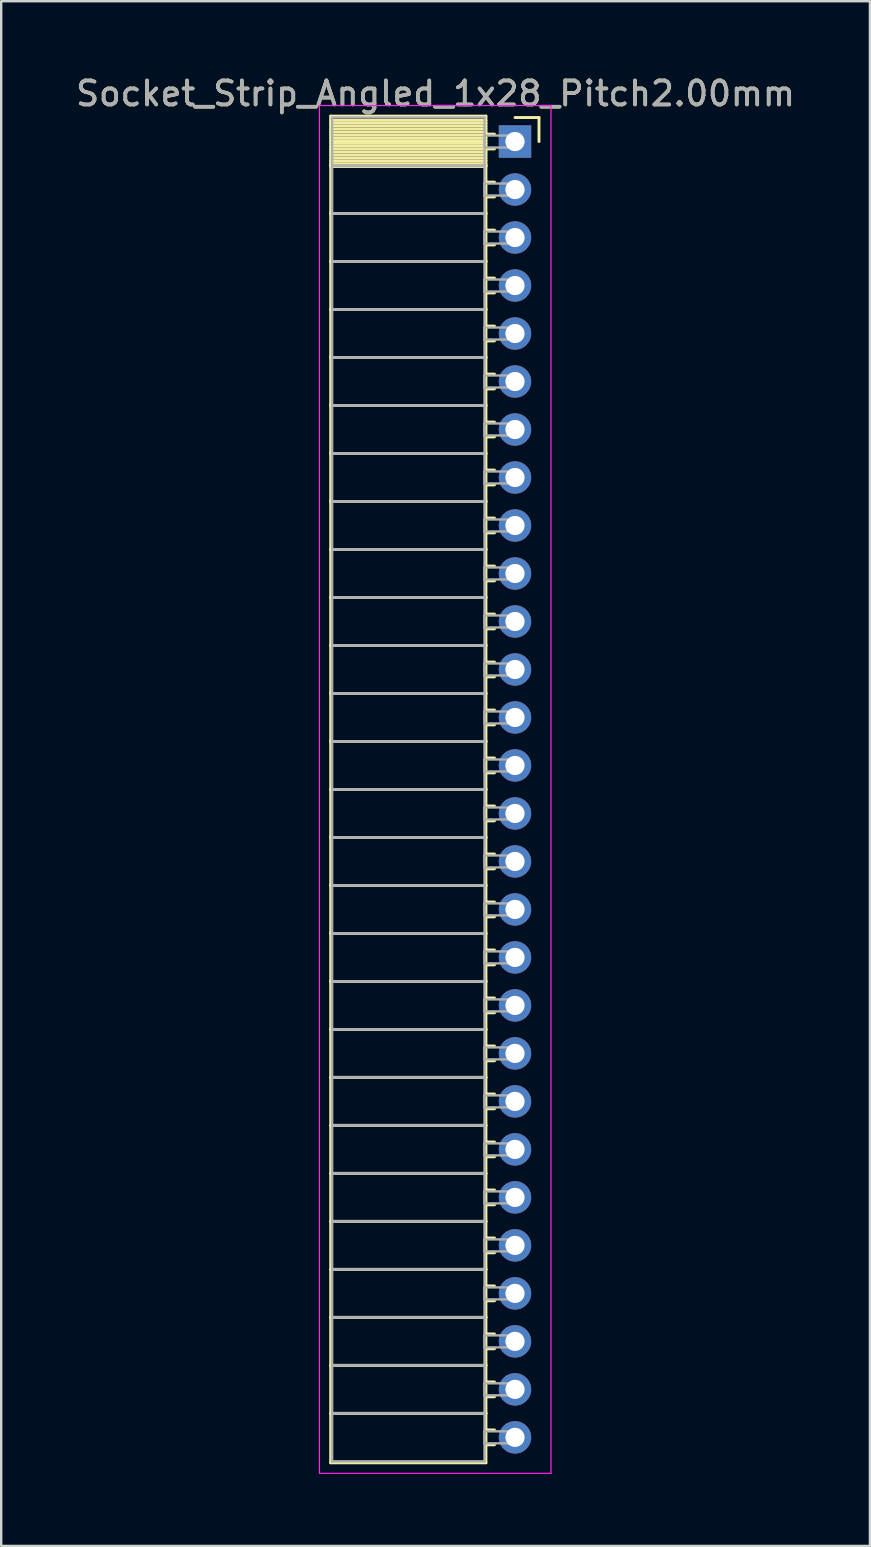
<source format=kicad_pcb>
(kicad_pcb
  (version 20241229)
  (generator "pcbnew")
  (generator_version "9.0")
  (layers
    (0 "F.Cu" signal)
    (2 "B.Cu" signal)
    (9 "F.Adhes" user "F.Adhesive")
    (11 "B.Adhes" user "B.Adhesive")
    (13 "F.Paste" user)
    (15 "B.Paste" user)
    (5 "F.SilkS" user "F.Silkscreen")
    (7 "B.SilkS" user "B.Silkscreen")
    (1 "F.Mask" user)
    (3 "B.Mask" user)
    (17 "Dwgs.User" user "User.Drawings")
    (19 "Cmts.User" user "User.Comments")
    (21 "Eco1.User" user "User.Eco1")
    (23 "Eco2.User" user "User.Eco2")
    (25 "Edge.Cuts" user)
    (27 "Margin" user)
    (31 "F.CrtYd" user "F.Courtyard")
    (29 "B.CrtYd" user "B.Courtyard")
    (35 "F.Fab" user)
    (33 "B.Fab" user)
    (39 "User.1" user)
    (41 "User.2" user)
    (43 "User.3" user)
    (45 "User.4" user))
  (footprint "Socket_Strip_Angled_1x28_Pitch2.00mm"
    (layer "F.Cu")
    (at 18.411 2.848)
    (property "Reference" "Socket_Strip_Angled_1x28_Pitch2.00mm" (at -3.31 -2 0) (layer "F.SilkS") (effects (font (size 1 1) (thickness 0.15))))
    (attr through_hole)
    (fp_line (start -7.68 -1.06) (end -1.21 -1.06) (stroke (width 0.12) (type solid)) (layer "F.SilkS"))
    (fp_line (start -7.68 1) (end -7.68 -1.06) (stroke (width 0.12) (type solid)) (layer "F.SilkS"))
    (fp_line (start -7.68 1) (end -1.21 1) (stroke (width 0.12) (type solid)) (layer "F.SilkS"))
    (fp_line (start -7.68 3) (end -7.68 1) (stroke (width 0.12) (type solid)) (layer "F.SilkS"))
    (fp_line (start -7.68 3) (end -1.21 3) (stroke (width 0.12) (type solid)) (layer "F.SilkS"))
    (fp_line (start -7.68 5) (end -7.68 3) (stroke (width 0.12) (type solid)) (layer "F.SilkS"))
    (fp_line (start -7.68 5) (end -1.21 5) (stroke (width 0.12) (type solid)) (layer "F.SilkS"))
    (fp_line (start -7.68 7) (end -7.68 5) (stroke (width 0.12) (type solid)) (layer "F.SilkS"))
    (fp_line (start -7.68 7) (end -1.21 7) (stroke (width 0.12) (type solid)) (layer "F.SilkS"))
    (fp_line (start -7.68 9) (end -7.68 7) (stroke (width 0.12) (type solid)) (layer "F.SilkS"))
    (fp_line (start -7.68 9) (end -1.21 9) (stroke (width 0.12) (type solid)) (layer "F.SilkS"))
    (fp_line (start -7.68 11) (end -7.68 9) (stroke (width 0.12) (type solid)) (layer "F.SilkS"))
    (fp_line (start -7.68 11) (end -1.21 11) (stroke (width 0.12) (type solid)) (layer "F.SilkS"))
    (fp_line (start -7.68 13) (end -7.68 11) (stroke (width 0.12) (type solid)) (layer "F.SilkS"))
    (fp_line (start -7.68 13) (end -1.21 13) (stroke (width 0.12) (type solid)) (layer "F.SilkS"))
    (fp_line (start -7.68 15) (end -7.68 13) (stroke (width 0.12) (type solid)) (layer "F.SilkS"))
    (fp_line (start -7.68 15) (end -1.21 15) (stroke (width 0.12) (type solid)) (layer "F.SilkS"))
    (fp_line (start -7.68 17) (end -7.68 15) (stroke (width 0.12) (type solid)) (layer "F.SilkS"))
    (fp_line (start -7.68 17) (end -1.21 17) (stroke (width 0.12) (type solid)) (layer "F.SilkS"))
    (fp_line (start -7.68 19) (end -7.68 17) (stroke (width 0.12) (type solid)) (layer "F.SilkS"))
    (fp_line (start -7.68 19) (end -1.21 19) (stroke (width 0.12) (type solid)) (layer "F.SilkS"))
    (fp_line (start -7.68 21) (end -7.68 19) (stroke (width 0.12) (type solid)) (layer "F.SilkS"))
    (fp_line (start -7.68 21) (end -1.21 21) (stroke (width 0.12) (type solid)) (layer "F.SilkS"))
    (fp_line (start -7.68 23) (end -7.68 21) (stroke (width 0.12) (type solid)) (layer "F.SilkS"))
    (fp_line (start -7.68 23) (end -1.21 23) (stroke (width 0.12) (type solid)) (layer "F.SilkS"))
    (fp_line (start -7.68 25) (end -7.68 23) (stroke (width 0.12) (type solid)) (layer "F.SilkS"))
    (fp_line (start -7.68 25) (end -1.21 25) (stroke (width 0.12) (type solid)) (layer "F.SilkS"))
    (fp_line (start -7.68 27) (end -7.68 25) (stroke (width 0.12) (type solid)) (layer "F.SilkS"))
    (fp_line (start -7.68 27) (end -1.21 27) (stroke (width 0.12) (type solid)) (layer "F.SilkS"))
    (fp_line (start -7.68 29) (end -7.68 27) (stroke (width 0.12) (type solid)) (layer "F.SilkS"))
    (fp_line (start -7.68 29) (end -1.21 29) (stroke (width 0.12) (type solid)) (layer "F.SilkS"))
    (fp_line (start -7.68 31) (end -7.68 29) (stroke (width 0.12) (type solid)) (layer "F.SilkS"))
    (fp_line (start -7.68 31) (end -1.21 31) (stroke (width 0.12) (type solid)) (layer "F.SilkS"))
    (fp_line (start -7.68 33) (end -7.68 31) (stroke (width 0.12) (type solid)) (layer "F.SilkS"))
    (fp_line (start -7.68 33) (end -1.21 33) (stroke (width 0.12) (type solid)) (layer "F.SilkS"))
    (fp_line (start -7.68 35) (end -7.68 33) (stroke (width 0.12) (type solid)) (layer "F.SilkS"))
    (fp_line (start -7.68 35) (end -1.21 35) (stroke (width 0.12) (type solid)) (layer "F.SilkS"))
    (fp_line (start -7.68 37) (end -7.68 35) (stroke (width 0.12) (type solid)) (layer "F.SilkS"))
    (fp_line (start -7.68 37) (end -1.21 37) (stroke (width 0.12) (type solid)) (layer "F.SilkS"))
    (fp_line (start -7.68 39) (end -7.68 37) (stroke (width 0.12) (type solid)) (layer "F.SilkS"))
    (fp_line (start -7.68 39) (end -1.21 39) (stroke (width 0.12) (type solid)) (layer "F.SilkS"))
    (fp_line (start -7.68 41) (end -7.68 39) (stroke (width 0.12) (type solid)) (layer "F.SilkS"))
    (fp_line (start -7.68 41) (end -1.21 41) (stroke (width 0.12) (type solid)) (layer "F.SilkS"))
    (fp_line (start -7.68 43) (end -7.68 41) (stroke (width 0.12) (type solid)) (layer "F.SilkS"))
    (fp_line (start -7.68 43) (end -1.21 43) (stroke (width 0.12) (type solid)) (layer "F.SilkS"))
    (fp_line (start -7.68 45) (end -7.68 43) (stroke (width 0.12) (type solid)) (layer "F.SilkS"))
    (fp_line (start -7.68 45) (end -1.21 45) (stroke (width 0.12) (type solid)) (layer "F.SilkS"))
    (fp_line (start -7.68 47) (end -7.68 45) (stroke (width 0.12) (type solid)) (layer "F.SilkS"))
    (fp_line (start -7.68 47) (end -1.21 47) (stroke (width 0.12) (type solid)) (layer "F.SilkS"))
    (fp_line (start -7.68 49) (end -7.68 47) (stroke (width 0.12) (type solid)) (layer "F.SilkS"))
    (fp_line (start -7.68 49) (end -1.21 49) (stroke (width 0.12) (type solid)) (layer "F.SilkS"))
    (fp_line (start -7.68 51) (end -7.68 49) (stroke (width 0.12) (type solid)) (layer "F.SilkS"))
    (fp_line (start -7.68 51) (end -1.21 51) (stroke (width 0.12) (type solid)) (layer "F.SilkS"))
    (fp_line (start -7.68 53) (end -7.68 51) (stroke (width 0.12) (type solid)) (layer "F.SilkS"))
    (fp_line (start -7.68 53) (end -1.21 53) (stroke (width 0.12) (type solid)) (layer "F.SilkS"))
    (fp_line (start -7.68 55.06) (end -7.68 53) (stroke (width 0.12) (type solid)) (layer "F.SilkS"))
    (fp_line (start -1.21 -1.06) (end -1.21 1) (stroke (width 0.12) (type solid)) (layer "F.SilkS"))
    (fp_line (start -1.21 -0.88) (end -7.68 -0.88) (stroke (width 0.12) (type solid)) (layer "F.SilkS"))
    (fp_line (start -1.21 -0.76) (end -7.68 -0.76) (stroke (width 0.12) (type solid)) (layer "F.SilkS"))
    (fp_line (start -1.21 -0.64) (end -7.68 -0.64) (stroke (width 0.12) (type solid)) (layer "F.SilkS"))
    (fp_line (start -1.21 -0.52) (end -7.68 -0.52) (stroke (width 0.12) (type solid)) (layer "F.SilkS"))
    (fp_line (start -1.21 -0.4) (end -7.68 -0.4) (stroke (width 0.12) (type solid)) (layer "F.SilkS"))
    (fp_line (start -1.21 -0.28) (end -7.68 -0.28) (stroke (width 0.12) (type solid)) (layer "F.SilkS"))
    (fp_line (start -1.21 -0.16) (end -7.68 -0.16) (stroke (width 0.12) (type solid)) (layer "F.SilkS"))
    (fp_line (start -1.21 -0.04) (end -7.68 -0.04) (stroke (width 0.12) (type solid)) (layer "F.SilkS"))
    (fp_line (start -1.21 0.08) (end -7.68 0.08) (stroke (width 0.12) (type solid)) (layer "F.SilkS"))
    (fp_line (start -1.21 0.2) (end -7.68 0.2) (stroke (width 0.12) (type solid)) (layer "F.SilkS"))
    (fp_line (start -1.21 0.32) (end -7.68 0.32) (stroke (width 0.12) (type solid)) (layer "F.SilkS"))
    (fp_line (start -1.21 0.44) (end -7.68 0.44) (stroke (width 0.12) (type solid)) (layer "F.SilkS"))
    (fp_line (start -1.21 0.56) (end -7.68 0.56) (stroke (width 0.12) (type solid)) (layer "F.SilkS"))
    (fp_line (start -1.21 0.68) (end -7.68 0.68) (stroke (width 0.12) (type solid)) (layer "F.SilkS"))
    (fp_line (start -1.21 0.8) (end -7.68 0.8) (stroke (width 0.12) (type solid)) (layer "F.SilkS"))
    (fp_line (start -1.21 0.92) (end -7.68 0.92) (stroke (width 0.12) (type solid)) (layer "F.SilkS"))
    (fp_line (start -1.21 1) (end -7.68 1) (stroke (width 0.12) (type solid)) (layer "F.SilkS"))
    (fp_line (start -1.21 1) (end -1.21 3) (stroke (width 0.12) (type solid)) (layer "F.SilkS"))
    (fp_line (start -1.21 1.04) (end -7.68 1.04) (stroke (width 0.12) (type solid)) (layer "F.SilkS"))
    (fp_line (start -1.21 3) (end -7.68 3) (stroke (width 0.12) (type solid)) (layer "F.SilkS"))
    (fp_line (start -1.21 3) (end -1.21 5) (stroke (width 0.12) (type solid)) (layer "F.SilkS"))
    (fp_line (start -1.21 5) (end -7.68 5) (stroke (width 0.12) (type solid)) (layer "F.SilkS"))
    (fp_line (start -1.21 5) (end -1.21 7) (stroke (width 0.12) (type solid)) (layer "F.SilkS"))
    (fp_line (start -1.21 7) (end -7.68 7) (stroke (width 0.12) (type solid)) (layer "F.SilkS"))
    (fp_line (start -1.21 7) (end -1.21 9) (stroke (width 0.12) (type solid)) (layer "F.SilkS"))
    (fp_line (start -1.21 9) (end -7.68 9) (stroke (width 0.12) (type solid)) (layer "F.SilkS"))
    (fp_line (start -1.21 9) (end -1.21 11) (stroke (width 0.12) (type solid)) (layer "F.SilkS"))
    (fp_line (start -1.21 11) (end -7.68 11) (stroke (width 0.12) (type solid)) (layer "F.SilkS"))
    (fp_line (start -1.21 11) (end -1.21 13) (stroke (width 0.12) (type solid)) (layer "F.SilkS"))
    (fp_line (start -1.21 13) (end -7.68 13) (stroke (width 0.12) (type solid)) (layer "F.SilkS"))
    (fp_line (start -1.21 13) (end -1.21 15) (stroke (width 0.12) (type solid)) (layer "F.SilkS"))
    (fp_line (start -1.21 15) (end -7.68 15) (stroke (width 0.12) (type solid)) (layer "F.SilkS"))
    (fp_line (start -1.21 15) (end -1.21 17) (stroke (width 0.12) (type solid)) (layer "F.SilkS"))
    (fp_line (start -1.21 17) (end -7.68 17) (stroke (width 0.12) (type solid)) (layer "F.SilkS"))
    (fp_line (start -1.21 17) (end -1.21 19) (stroke (width 0.12) (type solid)) (layer "F.SilkS"))
    (fp_line (start -1.21 19) (end -7.68 19) (stroke (width 0.12) (type solid)) (layer "F.SilkS"))
    (fp_line (start -1.21 19) (end -1.21 21) (stroke (width 0.12) (type solid)) (layer "F.SilkS"))
    (fp_line (start -1.21 21) (end -7.68 21) (stroke (width 0.12) (type solid)) (layer "F.SilkS"))
    (fp_line (start -1.21 21) (end -1.21 23) (stroke (width 0.12) (type solid)) (layer "F.SilkS"))
    (fp_line (start -1.21 23) (end -7.68 23) (stroke (width 0.12) (type solid)) (layer "F.SilkS"))
    (fp_line (start -1.21 23) (end -1.21 25) (stroke (width 0.12) (type solid)) (layer "F.SilkS"))
    (fp_line (start -1.21 25) (end -7.68 25) (stroke (width 0.12) (type solid)) (layer "F.SilkS"))
    (fp_line (start -1.21 25) (end -1.21 27) (stroke (width 0.12) (type solid)) (layer "F.SilkS"))
    (fp_line (start -1.21 27) (end -7.68 27) (stroke (width 0.12) (type solid)) (layer "F.SilkS"))
    (fp_line (start -1.21 27) (end -1.21 29) (stroke (width 0.12) (type solid)) (layer "F.SilkS"))
    (fp_line (start -1.21 29) (end -7.68 29) (stroke (width 0.12) (type solid)) (layer "F.SilkS"))
    (fp_line (start -1.21 29) (end -1.21 31) (stroke (width 0.12) (type solid)) (layer "F.SilkS"))
    (fp_line (start -1.21 31) (end -7.68 31) (stroke (width 0.12) (type solid)) (layer "F.SilkS"))
    (fp_line (start -1.21 31) (end -1.21 33) (stroke (width 0.12) (type solid)) (layer "F.SilkS"))
    (fp_line (start -1.21 33) (end -7.68 33) (stroke (width 0.12) (type solid)) (layer "F.SilkS"))
    (fp_line (start -1.21 33) (end -1.21 35) (stroke (width 0.12) (type solid)) (layer "F.SilkS"))
    (fp_line (start -1.21 35) (end -7.68 35) (stroke (width 0.12) (type solid)) (layer "F.SilkS"))
    (fp_line (start -1.21 35) (end -1.21 37) (stroke (width 0.12) (type solid)) (layer "F.SilkS"))
    (fp_line (start -1.21 37) (end -7.68 37) (stroke (width 0.12) (type solid)) (layer "F.SilkS"))
    (fp_line (start -1.21 37) (end -1.21 39) (stroke (width 0.12) (type solid)) (layer "F.SilkS"))
    (fp_line (start -1.21 39) (end -7.68 39) (stroke (width 0.12) (type solid)) (layer "F.SilkS"))
    (fp_line (start -1.21 39) (end -1.21 41) (stroke (width 0.12) (type solid)) (layer "F.SilkS"))
    (fp_line (start -1.21 41) (end -7.68 41) (stroke (width 0.12) (type solid)) (layer "F.SilkS"))
    (fp_line (start -1.21 41) (end -1.21 43) (stroke (width 0.12) (type solid)) (layer "F.SilkS"))
    (fp_line (start -1.21 43) (end -7.68 43) (stroke (width 0.12) (type solid)) (layer "F.SilkS"))
    (fp_line (start -1.21 43) (end -1.21 45) (stroke (width 0.12) (type solid)) (layer "F.SilkS"))
    (fp_line (start -1.21 45) (end -7.68 45) (stroke (width 0.12) (type solid)) (layer "F.SilkS"))
    (fp_line (start -1.21 45) (end -1.21 47) (stroke (width 0.12) (type solid)) (layer "F.SilkS"))
    (fp_line (start -1.21 47) (end -7.68 47) (stroke (width 0.12) (type solid)) (layer "F.SilkS"))
    (fp_line (start -1.21 47) (end -1.21 49) (stroke (width 0.12) (type solid)) (layer "F.SilkS"))
    (fp_line (start -1.21 49) (end -7.68 49) (stroke (width 0.12) (type solid)) (layer "F.SilkS"))
    (fp_line (start -1.21 49) (end -1.21 51) (stroke (width 0.12) (type solid)) (layer "F.SilkS"))
    (fp_line (start -1.21 51) (end -7.68 51) (stroke (width 0.12) (type solid)) (layer "F.SilkS"))
    (fp_line (start -1.21 51) (end -1.21 53) (stroke (width 0.12) (type solid)) (layer "F.SilkS"))
    (fp_line (start -1.21 53) (end -7.68 53) (stroke (width 0.12) (type solid)) (layer "F.SilkS"))
    (fp_line (start -1.21 53) (end -1.21 55.06) (stroke (width 0.12) (type solid)) (layer "F.SilkS"))
    (fp_line (start -1.21 55.06) (end -7.68 55.06) (stroke (width 0.12) (type solid)) (layer "F.SilkS"))
    (fp_line (start -0.855 -0.31) (end -1.21 -0.31) (stroke (width 0.12) (type solid)) (layer "F.SilkS"))
    (fp_line (start -0.855 0.31) (end -1.21 0.31) (stroke (width 0.12) (type solid)) (layer "F.SilkS"))
    (fp_line (start -0.855 1.69) (end -1.21 1.69) (stroke (width 0.12) (type solid)) (layer "F.SilkS"))
    (fp_line (start -0.855 2.31) (end -1.21 2.31) (stroke (width 0.12) (type solid)) (layer "F.SilkS"))
    (fp_line (start -0.855 3.69) (end -1.21 3.69) (stroke (width 0.12) (type solid)) (layer "F.SilkS"))
    (fp_line (start -0.855 4.31) (end -1.21 4.31) (stroke (width 0.12) (type solid)) (layer "F.SilkS"))
    (fp_line (start -0.855 5.69) (end -1.21 5.69) (stroke (width 0.12) (type solid)) (layer "F.SilkS"))
    (fp_line (start -0.855 6.31) (end -1.21 6.31) (stroke (width 0.12) (type solid)) (layer "F.SilkS"))
    (fp_line (start -0.855 7.69) (end -1.21 7.69) (stroke (width 0.12) (type solid)) (layer "F.SilkS"))
    (fp_line (start -0.855 8.31) (end -1.21 8.31) (stroke (width 0.12) (type solid)) (layer "F.SilkS"))
    (fp_line (start -0.855 9.69) (end -1.21 9.69) (stroke (width 0.12) (type solid)) (layer "F.SilkS"))
    (fp_line (start -0.855 10.31) (end -1.21 10.31) (stroke (width 0.12) (type solid)) (layer "F.SilkS"))
    (fp_line (start -0.855 11.69) (end -1.21 11.69) (stroke (width 0.12) (type solid)) (layer "F.SilkS"))
    (fp_line (start -0.855 12.31) (end -1.21 12.31) (stroke (width 0.12) (type solid)) (layer "F.SilkS"))
    (fp_line (start -0.855 13.69) (end -1.21 13.69) (stroke (width 0.12) (type solid)) (layer "F.SilkS"))
    (fp_line (start -0.855 14.31) (end -1.21 14.31) (stroke (width 0.12) (type solid)) (layer "F.SilkS"))
    (fp_line (start -0.855 15.69) (end -1.21 15.69) (stroke (width 0.12) (type solid)) (layer "F.SilkS"))
    (fp_line (start -0.855 16.31) (end -1.21 16.31) (stroke (width 0.12) (type solid)) (layer "F.SilkS"))
    (fp_line (start -0.855 17.69) (end -1.21 17.69) (stroke (width 0.12) (type solid)) (layer "F.SilkS"))
    (fp_line (start -0.855 18.31) (end -1.21 18.31) (stroke (width 0.12) (type solid)) (layer "F.SilkS"))
    (fp_line (start -0.855 19.69) (end -1.21 19.69) (stroke (width 0.12) (type solid)) (layer "F.SilkS"))
    (fp_line (start -0.855 20.31) (end -1.21 20.31) (stroke (width 0.12) (type solid)) (layer "F.SilkS"))
    (fp_line (start -0.855 21.69) (end -1.21 21.69) (stroke (width 0.12) (type solid)) (layer "F.SilkS"))
    (fp_line (start -0.855 22.31) (end -1.21 22.31) (stroke (width 0.12) (type solid)) (layer "F.SilkS"))
    (fp_line (start -0.855 23.69) (end -1.21 23.69) (stroke (width 0.12) (type solid)) (layer "F.SilkS"))
    (fp_line (start -0.855 24.31) (end -1.21 24.31) (stroke (width 0.12) (type solid)) (layer "F.SilkS"))
    (fp_line (start -0.855 25.69) (end -1.21 25.69) (stroke (width 0.12) (type solid)) (layer "F.SilkS"))
    (fp_line (start -0.855 26.31) (end -1.21 26.31) (stroke (width 0.12) (type solid)) (layer "F.SilkS"))
    (fp_line (start -0.855 27.69) (end -1.21 27.69) (stroke (width 0.12) (type solid)) (layer "F.SilkS"))
    (fp_line (start -0.855 28.31) (end -1.21 28.31) (stroke (width 0.12) (type solid)) (layer "F.SilkS"))
    (fp_line (start -0.855 29.69) (end -1.21 29.69) (stroke (width 0.12) (type solid)) (layer "F.SilkS"))
    (fp_line (start -0.855 30.31) (end -1.21 30.31) (stroke (width 0.12) (type solid)) (layer "F.SilkS"))
    (fp_line (start -0.855 31.69) (end -1.21 31.69) (stroke (width 0.12) (type solid)) (layer "F.SilkS"))
    (fp_line (start -0.855 32.31) (end -1.21 32.31) (stroke (width 0.12) (type solid)) (layer "F.SilkS"))
    (fp_line (start -0.855 33.69) (end -1.21 33.69) (stroke (width 0.12) (type solid)) (layer "F.SilkS"))
    (fp_line (start -0.855 34.31) (end -1.21 34.31) (stroke (width 0.12) (type solid)) (layer "F.SilkS"))
    (fp_line (start -0.855 35.69) (end -1.21 35.69) (stroke (width 0.12) (type solid)) (layer "F.SilkS"))
    (fp_line (start -0.855 36.31) (end -1.21 36.31) (stroke (width 0.12) (type solid)) (layer "F.SilkS"))
    (fp_line (start -0.855 37.69) (end -1.21 37.69) (stroke (width 0.12) (type solid)) (layer "F.SilkS"))
    (fp_line (start -0.855 38.31) (end -1.21 38.31) (stroke (width 0.12) (type solid)) (layer "F.SilkS"))
    (fp_line (start -0.855 39.69) (end -1.21 39.69) (stroke (width 0.12) (type solid)) (layer "F.SilkS"))
    (fp_line (start -0.855 40.31) (end -1.21 40.31) (stroke (width 0.12) (type solid)) (layer "F.SilkS"))
    (fp_line (start -0.855 41.69) (end -1.21 41.69) (stroke (width 0.12) (type solid)) (layer "F.SilkS"))
    (fp_line (start -0.855 42.31) (end -1.21 42.31) (stroke (width 0.12) (type solid)) (layer "F.SilkS"))
    (fp_line (start -0.855 43.69) (end -1.21 43.69) (stroke (width 0.12) (type solid)) (layer "F.SilkS"))
    (fp_line (start -0.855 44.31) (end -1.21 44.31) (stroke (width 0.12) (type solid)) (layer "F.SilkS"))
    (fp_line (start -0.855 45.69) (end -1.21 45.69) (stroke (width 0.12) (type solid)) (layer "F.SilkS"))
    (fp_line (start -0.855 46.31) (end -1.21 46.31) (stroke (width 0.12) (type solid)) (layer "F.SilkS"))
    (fp_line (start -0.855 47.69) (end -1.21 47.69) (stroke (width 0.12) (type solid)) (layer "F.SilkS"))
    (fp_line (start -0.855 48.31) (end -1.21 48.31) (stroke (width 0.12) (type solid)) (layer "F.SilkS"))
    (fp_line (start -0.855 49.69) (end -1.21 49.69) (stroke (width 0.12) (type solid)) (layer "F.SilkS"))
    (fp_line (start -0.855 50.31) (end -1.21 50.31) (stroke (width 0.12) (type solid)) (layer "F.SilkS"))
    (fp_line (start -0.855 51.69) (end -1.21 51.69) (stroke (width 0.12) (type solid)) (layer "F.SilkS"))
    (fp_line (start -0.855 52.31) (end -1.21 52.31) (stroke (width 0.12) (type solid)) (layer "F.SilkS"))
    (fp_line (start -0.855 53.69) (end -1.21 53.69) (stroke (width 0.12) (type solid)) (layer "F.SilkS"))
    (fp_line (start -0.855 54.31) (end -1.21 54.31) (stroke (width 0.12) (type solid)) (layer "F.SilkS"))
    (fp_line (start 0 -1) (end 1 -1) (stroke (width 0.12) (type solid)) (layer "F.SilkS"))
    (fp_line (start 1 -1) (end 1 0) (stroke (width 0.12) (type solid)) (layer "F.SilkS"))
    (fp_line (start -8.15 -1.5) (end 1.5 -1.5) (stroke (width 0.05) (type solid)) (layer "F.CrtYd"))
    (fp_line (start -8.15 55.5) (end -8.15 -1.5) (stroke (width 0.05) (type solid)) (layer "F.CrtYd"))
    (fp_line (start 1.5 -1.5) (end 1.5 55.5) (stroke (width 0.05) (type solid)) (layer "F.CrtYd"))
    (fp_line (start 1.5 55.5) (end -8.15 55.5) (stroke (width 0.05) (type solid)) (layer "F.CrtYd"))
    (fp_line (start -7.62 -1) (end -1.27 -1) (stroke (width 0.1) (type solid)) (layer "F.Fab"))
    (fp_line (start -7.62 1) (end -7.62 -1) (stroke (width 0.1) (type solid)) (layer "F.Fab"))
    (fp_line (start -7.62 1) (end -1.27 1) (stroke (width 0.1) (type solid)) (layer "F.Fab"))
    (fp_line (start -7.62 3) (end -7.62 1) (stroke (width 0.1) (type solid)) (layer "F.Fab"))
    (fp_line (start -7.62 3) (end -1.27 3) (stroke (width 0.1) (type solid)) (layer "F.Fab"))
    (fp_line (start -7.62 5) (end -7.62 3) (stroke (width 0.1) (type solid)) (layer "F.Fab"))
    (fp_line (start -7.62 5) (end -1.27 5) (stroke (width 0.1) (type solid)) (layer "F.Fab"))
    (fp_line (start -7.62 7) (end -7.62 5) (stroke (width 0.1) (type solid)) (layer "F.Fab"))
    (fp_line (start -7.62 7) (end -1.27 7) (stroke (width 0.1) (type solid)) (layer "F.Fab"))
    (fp_line (start -7.62 9) (end -7.62 7) (stroke (width 0.1) (type solid)) (layer "F.Fab"))
    (fp_line (start -7.62 9) (end -1.27 9) (stroke (width 0.1) (type solid)) (layer "F.Fab"))
    (fp_line (start -7.62 11) (end -7.62 9) (stroke (width 0.1) (type solid)) (layer "F.Fab"))
    (fp_line (start -7.62 11) (end -1.27 11) (stroke (width 0.1) (type solid)) (layer "F.Fab"))
    (fp_line (start -7.62 13) (end -7.62 11) (stroke (width 0.1) (type solid)) (layer "F.Fab"))
    (fp_line (start -7.62 13) (end -1.27 13) (stroke (width 0.1) (type solid)) (layer "F.Fab"))
    (fp_line (start -7.62 15) (end -7.62 13) (stroke (width 0.1) (type solid)) (layer "F.Fab"))
    (fp_line (start -7.62 15) (end -1.27 15) (stroke (width 0.1) (type solid)) (layer "F.Fab"))
    (fp_line (start -7.62 17) (end -7.62 15) (stroke (width 0.1) (type solid)) (layer "F.Fab"))
    (fp_line (start -7.62 17) (end -1.27 17) (stroke (width 0.1) (type solid)) (layer "F.Fab"))
    (fp_line (start -7.62 19) (end -7.62 17) (stroke (width 0.1) (type solid)) (layer "F.Fab"))
    (fp_line (start -7.62 19) (end -1.27 19) (stroke (width 0.1) (type solid)) (layer "F.Fab"))
    (fp_line (start -7.62 21) (end -7.62 19) (stroke (width 0.1) (type solid)) (layer "F.Fab"))
    (fp_line (start -7.62 21) (end -1.27 21) (stroke (width 0.1) (type solid)) (layer "F.Fab"))
    (fp_line (start -7.62 23) (end -7.62 21) (stroke (width 0.1) (type solid)) (layer "F.Fab"))
    (fp_line (start -7.62 23) (end -1.27 23) (stroke (width 0.1) (type solid)) (layer "F.Fab"))
    (fp_line (start -7.62 25) (end -7.62 23) (stroke (width 0.1) (type solid)) (layer "F.Fab"))
    (fp_line (start -7.62 25) (end -1.27 25) (stroke (width 0.1) (type solid)) (layer "F.Fab"))
    (fp_line (start -7.62 27) (end -7.62 25) (stroke (width 0.1) (type solid)) (layer "F.Fab"))
    (fp_line (start -7.62 27) (end -1.27 27) (stroke (width 0.1) (type solid)) (layer "F.Fab"))
    (fp_line (start -7.62 29) (end -7.62 27) (stroke (width 0.1) (type solid)) (layer "F.Fab"))
    (fp_line (start -7.62 29) (end -1.27 29) (stroke (width 0.1) (type solid)) (layer "F.Fab"))
    (fp_line (start -7.62 31) (end -7.62 29) (stroke (width 0.1) (type solid)) (layer "F.Fab"))
    (fp_line (start -7.62 31) (end -1.27 31) (stroke (width 0.1) (type solid)) (layer "F.Fab"))
    (fp_line (start -7.62 33) (end -7.62 31) (stroke (width 0.1) (type solid)) (layer "F.Fab"))
    (fp_line (start -7.62 33) (end -1.27 33) (stroke (width 0.1) (type solid)) (layer "F.Fab"))
    (fp_line (start -7.62 35) (end -7.62 33) (stroke (width 0.1) (type solid)) (layer "F.Fab"))
    (fp_line (start -7.62 35) (end -1.27 35) (stroke (width 0.1) (type solid)) (layer "F.Fab"))
    (fp_line (start -7.62 37) (end -7.62 35) (stroke (width 0.1) (type solid)) (layer "F.Fab"))
    (fp_line (start -7.62 37) (end -1.27 37) (stroke (width 0.1) (type solid)) (layer "F.Fab"))
    (fp_line (start -7.62 39) (end -7.62 37) (stroke (width 0.1) (type solid)) (layer "F.Fab"))
    (fp_line (start -7.62 39) (end -1.27 39) (stroke (width 0.1) (type solid)) (layer "F.Fab"))
    (fp_line (start -7.62 41) (end -7.62 39) (stroke (width 0.1) (type solid)) (layer "F.Fab"))
    (fp_line (start -7.62 41) (end -1.27 41) (stroke (width 0.1) (type solid)) (layer "F.Fab"))
    (fp_line (start -7.62 43) (end -7.62 41) (stroke (width 0.1) (type solid)) (layer "F.Fab"))
    (fp_line (start -7.62 43) (end -1.27 43) (stroke (width 0.1) (type solid)) (layer "F.Fab"))
    (fp_line (start -7.62 45) (end -7.62 43) (stroke (width 0.1) (type solid)) (layer "F.Fab"))
    (fp_line (start -7.62 45) (end -1.27 45) (stroke (width 0.1) (type solid)) (layer "F.Fab"))
    (fp_line (start -7.62 47) (end -7.62 45) (stroke (width 0.1) (type solid)) (layer "F.Fab"))
    (fp_line (start -7.62 47) (end -1.27 47) (stroke (width 0.1) (type solid)) (layer "F.Fab"))
    (fp_line (start -7.62 49) (end -7.62 47) (stroke (width 0.1) (type solid)) (layer "F.Fab"))
    (fp_line (start -7.62 49) (end -1.27 49) (stroke (width 0.1) (type solid)) (layer "F.Fab"))
    (fp_line (start -7.62 51) (end -7.62 49) (stroke (width 0.1) (type solid)) (layer "F.Fab"))
    (fp_line (start -7.62 51) (end -1.27 51) (stroke (width 0.1) (type solid)) (layer "F.Fab"))
    (fp_line (start -7.62 53) (end -7.62 51) (stroke (width 0.1) (type solid)) (layer "F.Fab"))
    (fp_line (start -7.62 53) (end -1.27 53) (stroke (width 0.1) (type solid)) (layer "F.Fab"))
    (fp_line (start -7.62 55) (end -7.62 53) (stroke (width 0.1) (type solid)) (layer "F.Fab"))
    (fp_line (start -1.27 -1) (end -1.27 1) (stroke (width 0.1) (type solid)) (layer "F.Fab"))
    (fp_line (start -1.27 -0.25) (end 0 -0.25) (stroke (width 0.1) (type solid)) (layer "F.Fab"))
    (fp_line (start -1.27 0.25) (end -1.27 -0.25) (stroke (width 0.1) (type solid)) (layer "F.Fab"))
    (fp_line (start -1.27 1) (end -7.62 1) (stroke (width 0.1) (type solid)) (layer "F.Fab"))
    (fp_line (start -1.27 1) (end -1.27 3) (stroke (width 0.1) (type solid)) (layer "F.Fab"))
    (fp_line (start -1.27 1.75) (end 0 1.75) (stroke (width 0.1) (type solid)) (layer "F.Fab"))
    (fp_line (start -1.27 2.25) (end -1.27 1.75) (stroke (width 0.1) (type solid)) (layer "F.Fab"))
    (fp_line (start -1.27 3) (end -7.62 3) (stroke (width 0.1) (type solid)) (layer "F.Fab"))
    (fp_line (start -1.27 3) (end -1.27 5) (stroke (width 0.1) (type solid)) (layer "F.Fab"))
    (fp_line (start -1.27 3.75) (end 0 3.75) (stroke (width 0.1) (type solid)) (layer "F.Fab"))
    (fp_line (start -1.27 4.25) (end -1.27 3.75) (stroke (width 0.1) (type solid)) (layer "F.Fab"))
    (fp_line (start -1.27 5) (end -7.62 5) (stroke (width 0.1) (type solid)) (layer "F.Fab"))
    (fp_line (start -1.27 5) (end -1.27 7) (stroke (width 0.1) (type solid)) (layer "F.Fab"))
    (fp_line (start -1.27 5.75) (end 0 5.75) (stroke (width 0.1) (type solid)) (layer "F.Fab"))
    (fp_line (start -1.27 6.25) (end -1.27 5.75) (stroke (width 0.1) (type solid)) (layer "F.Fab"))
    (fp_line (start -1.27 7) (end -7.62 7) (stroke (width 0.1) (type solid)) (layer "F.Fab"))
    (fp_line (start -1.27 7) (end -1.27 9) (stroke (width 0.1) (type solid)) (layer "F.Fab"))
    (fp_line (start -1.27 7.75) (end 0 7.75) (stroke (width 0.1) (type solid)) (layer "F.Fab"))
    (fp_line (start -1.27 8.25) (end -1.27 7.75) (stroke (width 0.1) (type solid)) (layer "F.Fab"))
    (fp_line (start -1.27 9) (end -7.62 9) (stroke (width 0.1) (type solid)) (layer "F.Fab"))
    (fp_line (start -1.27 9) (end -1.27 11) (stroke (width 0.1) (type solid)) (layer "F.Fab"))
    (fp_line (start -1.27 9.75) (end 0 9.75) (stroke (width 0.1) (type solid)) (layer "F.Fab"))
    (fp_line (start -1.27 10.25) (end -1.27 9.75) (stroke (width 0.1) (type solid)) (layer "F.Fab"))
    (fp_line (start -1.27 11) (end -7.62 11) (stroke (width 0.1) (type solid)) (layer "F.Fab"))
    (fp_line (start -1.27 11) (end -1.27 13) (stroke (width 0.1) (type solid)) (layer "F.Fab"))
    (fp_line (start -1.27 11.75) (end 0 11.75) (stroke (width 0.1) (type solid)) (layer "F.Fab"))
    (fp_line (start -1.27 12.25) (end -1.27 11.75) (stroke (width 0.1) (type solid)) (layer "F.Fab"))
    (fp_line (start -1.27 13) (end -7.62 13) (stroke (width 0.1) (type solid)) (layer "F.Fab"))
    (fp_line (start -1.27 13) (end -1.27 15) (stroke (width 0.1) (type solid)) (layer "F.Fab"))
    (fp_line (start -1.27 13.75) (end 0 13.75) (stroke (width 0.1) (type solid)) (layer "F.Fab"))
    (fp_line (start -1.27 14.25) (end -1.27 13.75) (stroke (width 0.1) (type solid)) (layer "F.Fab"))
    (fp_line (start -1.27 15) (end -7.62 15) (stroke (width 0.1) (type solid)) (layer "F.Fab"))
    (fp_line (start -1.27 15) (end -1.27 17) (stroke (width 0.1) (type solid)) (layer "F.Fab"))
    (fp_line (start -1.27 15.75) (end 0 15.75) (stroke (width 0.1) (type solid)) (layer "F.Fab"))
    (fp_line (start -1.27 16.25) (end -1.27 15.75) (stroke (width 0.1) (type solid)) (layer "F.Fab"))
    (fp_line (start -1.27 17) (end -7.62 17) (stroke (width 0.1) (type solid)) (layer "F.Fab"))
    (fp_line (start -1.27 17) (end -1.27 19) (stroke (width 0.1) (type solid)) (layer "F.Fab"))
    (fp_line (start -1.27 17.75) (end 0 17.75) (stroke (width 0.1) (type solid)) (layer "F.Fab"))
    (fp_line (start -1.27 18.25) (end -1.27 17.75) (stroke (width 0.1) (type solid)) (layer "F.Fab"))
    (fp_line (start -1.27 19) (end -7.62 19) (stroke (width 0.1) (type solid)) (layer "F.Fab"))
    (fp_line (start -1.27 19) (end -1.27 21) (stroke (width 0.1) (type solid)) (layer "F.Fab"))
    (fp_line (start -1.27 19.75) (end 0 19.75) (stroke (width 0.1) (type solid)) (layer "F.Fab"))
    (fp_line (start -1.27 20.25) (end -1.27 19.75) (stroke (width 0.1) (type solid)) (layer "F.Fab"))
    (fp_line (start -1.27 21) (end -7.62 21) (stroke (width 0.1) (type solid)) (layer "F.Fab"))
    (fp_line (start -1.27 21) (end -1.27 23) (stroke (width 0.1) (type solid)) (layer "F.Fab"))
    (fp_line (start -1.27 21.75) (end 0 21.75) (stroke (width 0.1) (type solid)) (layer "F.Fab"))
    (fp_line (start -1.27 22.25) (end -1.27 21.75) (stroke (width 0.1) (type solid)) (layer "F.Fab"))
    (fp_line (start -1.27 23) (end -7.62 23) (stroke (width 0.1) (type solid)) (layer "F.Fab"))
    (fp_line (start -1.27 23) (end -1.27 25) (stroke (width 0.1) (type solid)) (layer "F.Fab"))
    (fp_line (start -1.27 23.75) (end 0 23.75) (stroke (width 0.1) (type solid)) (layer "F.Fab"))
    (fp_line (start -1.27 24.25) (end -1.27 23.75) (stroke (width 0.1) (type solid)) (layer "F.Fab"))
    (fp_line (start -1.27 25) (end -7.62 25) (stroke (width 0.1) (type solid)) (layer "F.Fab"))
    (fp_line (start -1.27 25) (end -1.27 27) (stroke (width 0.1) (type solid)) (layer "F.Fab"))
    (fp_line (start -1.27 25.75) (end 0 25.75) (stroke (width 0.1) (type solid)) (layer "F.Fab"))
    (fp_line (start -1.27 26.25) (end -1.27 25.75) (stroke (width 0.1) (type solid)) (layer "F.Fab"))
    (fp_line (start -1.27 27) (end -7.62 27) (stroke (width 0.1) (type solid)) (layer "F.Fab"))
    (fp_line (start -1.27 27) (end -1.27 29) (stroke (width 0.1) (type solid)) (layer "F.Fab"))
    (fp_line (start -1.27 27.75) (end 0 27.75) (stroke (width 0.1) (type solid)) (layer "F.Fab"))
    (fp_line (start -1.27 28.25) (end -1.27 27.75) (stroke (width 0.1) (type solid)) (layer "F.Fab"))
    (fp_line (start -1.27 29) (end -7.62 29) (stroke (width 0.1) (type solid)) (layer "F.Fab"))
    (fp_line (start -1.27 29) (end -1.27 31) (stroke (width 0.1) (type solid)) (layer "F.Fab"))
    (fp_line (start -1.27 29.75) (end 0 29.75) (stroke (width 0.1) (type solid)) (layer "F.Fab"))
    (fp_line (start -1.27 30.25) (end -1.27 29.75) (stroke (width 0.1) (type solid)) (layer "F.Fab"))
    (fp_line (start -1.27 31) (end -7.62 31) (stroke (width 0.1) (type solid)) (layer "F.Fab"))
    (fp_line (start -1.27 31) (end -1.27 33) (stroke (width 0.1) (type solid)) (layer "F.Fab"))
    (fp_line (start -1.27 31.75) (end 0 31.75) (stroke (width 0.1) (type solid)) (layer "F.Fab"))
    (fp_line (start -1.27 32.25) (end -1.27 31.75) (stroke (width 0.1) (type solid)) (layer "F.Fab"))
    (fp_line (start -1.27 33) (end -7.62 33) (stroke (width 0.1) (type solid)) (layer "F.Fab"))
    (fp_line (start -1.27 33) (end -1.27 35) (stroke (width 0.1) (type solid)) (layer "F.Fab"))
    (fp_line (start -1.27 33.75) (end 0 33.75) (stroke (width 0.1) (type solid)) (layer "F.Fab"))
    (fp_line (start -1.27 34.25) (end -1.27 33.75) (stroke (width 0.1) (type solid)) (layer "F.Fab"))
    (fp_line (start -1.27 35) (end -7.62 35) (stroke (width 0.1) (type solid)) (layer "F.Fab"))
    (fp_line (start -1.27 35) (end -1.27 37) (stroke (width 0.1) (type solid)) (layer "F.Fab"))
    (fp_line (start -1.27 35.75) (end 0 35.75) (stroke (width 0.1) (type solid)) (layer "F.Fab"))
    (fp_line (start -1.27 36.25) (end -1.27 35.75) (stroke (width 0.1) (type solid)) (layer "F.Fab"))
    (fp_line (start -1.27 37) (end -7.62 37) (stroke (width 0.1) (type solid)) (layer "F.Fab"))
    (fp_line (start -1.27 37) (end -1.27 39) (stroke (width 0.1) (type solid)) (layer "F.Fab"))
    (fp_line (start -1.27 37.75) (end 0 37.75) (stroke (width 0.1) (type solid)) (layer "F.Fab"))
    (fp_line (start -1.27 38.25) (end -1.27 37.75) (stroke (width 0.1) (type solid)) (layer "F.Fab"))
    (fp_line (start -1.27 39) (end -7.62 39) (stroke (width 0.1) (type solid)) (layer "F.Fab"))
    (fp_line (start -1.27 39) (end -1.27 41) (stroke (width 0.1) (type solid)) (layer "F.Fab"))
    (fp_line (start -1.27 39.75) (end 0 39.75) (stroke (width 0.1) (type solid)) (layer "F.Fab"))
    (fp_line (start -1.27 40.25) (end -1.27 39.75) (stroke (width 0.1) (type solid)) (layer "F.Fab"))
    (fp_line (start -1.27 41) (end -7.62 41) (stroke (width 0.1) (type solid)) (layer "F.Fab"))
    (fp_line (start -1.27 41) (end -1.27 43) (stroke (width 0.1) (type solid)) (layer "F.Fab"))
    (fp_line (start -1.27 41.75) (end 0 41.75) (stroke (width 0.1) (type solid)) (layer "F.Fab"))
    (fp_line (start -1.27 42.25) (end -1.27 41.75) (stroke (width 0.1) (type solid)) (layer "F.Fab"))
    (fp_line (start -1.27 43) (end -7.62 43) (stroke (width 0.1) (type solid)) (layer "F.Fab"))
    (fp_line (start -1.27 43) (end -1.27 45) (stroke (width 0.1) (type solid)) (layer "F.Fab"))
    (fp_line (start -1.27 43.75) (end 0 43.75) (stroke (width 0.1) (type solid)) (layer "F.Fab"))
    (fp_line (start -1.27 44.25) (end -1.27 43.75) (stroke (width 0.1) (type solid)) (layer "F.Fab"))
    (fp_line (start -1.27 45) (end -7.62 45) (stroke (width 0.1) (type solid)) (layer "F.Fab"))
    (fp_line (start -1.27 45) (end -1.27 47) (stroke (width 0.1) (type solid)) (layer "F.Fab"))
    (fp_line (start -1.27 45.75) (end 0 45.75) (stroke (width 0.1) (type solid)) (layer "F.Fab"))
    (fp_line (start -1.27 46.25) (end -1.27 45.75) (stroke (width 0.1) (type solid)) (layer "F.Fab"))
    (fp_line (start -1.27 47) (end -7.62 47) (stroke (width 0.1) (type solid)) (layer "F.Fab"))
    (fp_line (start -1.27 47) (end -1.27 49) (stroke (width 0.1) (type solid)) (layer "F.Fab"))
    (fp_line (start -1.27 47.75) (end 0 47.75) (stroke (width 0.1) (type solid)) (layer "F.Fab"))
    (fp_line (start -1.27 48.25) (end -1.27 47.75) (stroke (width 0.1) (type solid)) (layer "F.Fab"))
    (fp_line (start -1.27 49) (end -7.62 49) (stroke (width 0.1) (type solid)) (layer "F.Fab"))
    (fp_line (start -1.27 49) (end -1.27 51) (stroke (width 0.1) (type solid)) (layer "F.Fab"))
    (fp_line (start -1.27 49.75) (end 0 49.75) (stroke (width 0.1) (type solid)) (layer "F.Fab"))
    (fp_line (start -1.27 50.25) (end -1.27 49.75) (stroke (width 0.1) (type solid)) (layer "F.Fab"))
    (fp_line (start -1.27 51) (end -7.62 51) (stroke (width 0.1) (type solid)) (layer "F.Fab"))
    (fp_line (start -1.27 51) (end -1.27 53) (stroke (width 0.1) (type solid)) (layer "F.Fab"))
    (fp_line (start -1.27 51.75) (end 0 51.75) (stroke (width 0.1) (type solid)) (layer "F.Fab"))
    (fp_line (start -1.27 52.25) (end -1.27 51.75) (stroke (width 0.1) (type solid)) (layer "F.Fab"))
    (fp_line (start -1.27 53) (end -7.62 53) (stroke (width 0.1) (type solid)) (layer "F.Fab"))
    (fp_line (start -1.27 53) (end -1.27 55) (stroke (width 0.1) (type solid)) (layer "F.Fab"))
    (fp_line (start -1.27 53.75) (end 0 53.75) (stroke (width 0.1) (type solid)) (layer "F.Fab"))
    (fp_line (start -1.27 54.25) (end -1.27 53.75) (stroke (width 0.1) (type solid)) (layer "F.Fab"))
    (fp_line (start -1.27 55) (end -7.62 55) (stroke (width 0.1) (type solid)) (layer "F.Fab"))
    (fp_line (start 0 -0.25) (end 0 0.25) (stroke (width 0.1) (type solid)) (layer "F.Fab"))
    (fp_line (start 0 0.25) (end -1.27 0.25) (stroke (width 0.1) (type solid)) (layer "F.Fab"))
    (fp_line (start 0 1.75) (end 0 2.25) (stroke (width 0.1) (type solid)) (layer "F.Fab"))
    (fp_line (start 0 2.25) (end -1.27 2.25) (stroke (width 0.1) (type solid)) (layer "F.Fab"))
    (fp_line (start 0 3.75) (end 0 4.25) (stroke (width 0.1) (type solid)) (layer "F.Fab"))
    (fp_line (start 0 4.25) (end -1.27 4.25) (stroke (width 0.1) (type solid)) (layer "F.Fab"))
    (fp_line (start 0 5.75) (end 0 6.25) (stroke (width 0.1) (type solid)) (layer "F.Fab"))
    (fp_line (start 0 6.25) (end -1.27 6.25) (stroke (width 0.1) (type solid)) (layer "F.Fab"))
    (fp_line (start 0 7.75) (end 0 8.25) (stroke (width 0.1) (type solid)) (layer "F.Fab"))
    (fp_line (start 0 8.25) (end -1.27 8.25) (stroke (width 0.1) (type solid)) (layer "F.Fab"))
    (fp_line (start 0 9.75) (end 0 10.25) (stroke (width 0.1) (type solid)) (layer "F.Fab"))
    (fp_line (start 0 10.25) (end -1.27 10.25) (stroke (width 0.1) (type solid)) (layer "F.Fab"))
    (fp_line (start 0 11.75) (end 0 12.25) (stroke (width 0.1) (type solid)) (layer "F.Fab"))
    (fp_line (start 0 12.25) (end -1.27 12.25) (stroke (width 0.1) (type solid)) (layer "F.Fab"))
    (fp_line (start 0 13.75) (end 0 14.25) (stroke (width 0.1) (type solid)) (layer "F.Fab"))
    (fp_line (start 0 14.25) (end -1.27 14.25) (stroke (width 0.1) (type solid)) (layer "F.Fab"))
    (fp_line (start 0 15.75) (end 0 16.25) (stroke (width 0.1) (type solid)) (layer "F.Fab"))
    (fp_line (start 0 16.25) (end -1.27 16.25) (stroke (width 0.1) (type solid)) (layer "F.Fab"))
    (fp_line (start 0 17.75) (end 0 18.25) (stroke (width 0.1) (type solid)) (layer "F.Fab"))
    (fp_line (start 0 18.25) (end -1.27 18.25) (stroke (width 0.1) (type solid)) (layer "F.Fab"))
    (fp_line (start 0 19.75) (end 0 20.25) (stroke (width 0.1) (type solid)) (layer "F.Fab"))
    (fp_line (start 0 20.25) (end -1.27 20.25) (stroke (width 0.1) (type solid)) (layer "F.Fab"))
    (fp_line (start 0 21.75) (end 0 22.25) (stroke (width 0.1) (type solid)) (layer "F.Fab"))
    (fp_line (start 0 22.25) (end -1.27 22.25) (stroke (width 0.1) (type solid)) (layer "F.Fab"))
    (fp_line (start 0 23.75) (end 0 24.25) (stroke (width 0.1) (type solid)) (layer "F.Fab"))
    (fp_line (start 0 24.25) (end -1.27 24.25) (stroke (width 0.1) (type solid)) (layer "F.Fab"))
    (fp_line (start 0 25.75) (end 0 26.25) (stroke (width 0.1) (type solid)) (layer "F.Fab"))
    (fp_line (start 0 26.25) (end -1.27 26.25) (stroke (width 0.1) (type solid)) (layer "F.Fab"))
    (fp_line (start 0 27.75) (end 0 28.25) (stroke (width 0.1) (type solid)) (layer "F.Fab"))
    (fp_line (start 0 28.25) (end -1.27 28.25) (stroke (width 0.1) (type solid)) (layer "F.Fab"))
    (fp_line (start 0 29.75) (end 0 30.25) (stroke (width 0.1) (type solid)) (layer "F.Fab"))
    (fp_line (start 0 30.25) (end -1.27 30.25) (stroke (width 0.1) (type solid)) (layer "F.Fab"))
    (fp_line (start 0 31.75) (end 0 32.25) (stroke (width 0.1) (type solid)) (layer "F.Fab"))
    (fp_line (start 0 32.25) (end -1.27 32.25) (stroke (width 0.1) (type solid)) (layer "F.Fab"))
    (fp_line (start 0 33.75) (end 0 34.25) (stroke (width 0.1) (type solid)) (layer "F.Fab"))
    (fp_line (start 0 34.25) (end -1.27 34.25) (stroke (width 0.1) (type solid)) (layer "F.Fab"))
    (fp_line (start 0 35.75) (end 0 36.25) (stroke (width 0.1) (type solid)) (layer "F.Fab"))
    (fp_line (start 0 36.25) (end -1.27 36.25) (stroke (width 0.1) (type solid)) (layer "F.Fab"))
    (fp_line (start 0 37.75) (end 0 38.25) (stroke (width 0.1) (type solid)) (layer "F.Fab"))
    (fp_line (start 0 38.25) (end -1.27 38.25) (stroke (width 0.1) (type solid)) (layer "F.Fab"))
    (fp_line (start 0 39.75) (end 0 40.25) (stroke (width 0.1) (type solid)) (layer "F.Fab"))
    (fp_line (start 0 40.25) (end -1.27 40.25) (stroke (width 0.1) (type solid)) (layer "F.Fab"))
    (fp_line (start 0 41.75) (end 0 42.25) (stroke (width 0.1) (type solid)) (layer "F.Fab"))
    (fp_line (start 0 42.25) (end -1.27 42.25) (stroke (width 0.1) (type solid)) (layer "F.Fab"))
    (fp_line (start 0 43.75) (end 0 44.25) (stroke (width 0.1) (type solid)) (layer "F.Fab"))
    (fp_line (start 0 44.25) (end -1.27 44.25) (stroke (width 0.1) (type solid)) (layer "F.Fab"))
    (fp_line (start 0 45.75) (end 0 46.25) (stroke (width 0.1) (type solid)) (layer "F.Fab"))
    (fp_line (start 0 46.25) (end -1.27 46.25) (stroke (width 0.1) (type solid)) (layer "F.Fab"))
    (fp_line (start 0 47.75) (end 0 48.25) (stroke (width 0.1) (type solid)) (layer "F.Fab"))
    (fp_line (start 0 48.25) (end -1.27 48.25) (stroke (width 0.1) (type solid)) (layer "F.Fab"))
    (fp_line (start 0 49.75) (end 0 50.25) (stroke (width 0.1) (type solid)) (layer "F.Fab"))
    (fp_line (start 0 50.25) (end -1.27 50.25) (stroke (width 0.1) (type solid)) (layer "F.Fab"))
    (fp_line (start 0 51.75) (end 0 52.25) (stroke (width 0.1) (type solid)) (layer "F.Fab"))
    (fp_line (start 0 52.25) (end -1.27 52.25) (stroke (width 0.1) (type solid)) (layer "F.Fab"))
    (fp_line (start 0 53.75) (end 0 54.25) (stroke (width 0.1) (type solid)) (layer "F.Fab"))
    (fp_line (start 0 54.25) (end -1.27 54.25) (stroke (width 0.1) (type solid)) (layer "F.Fab"))
    (fp_text user "${REFERENCE}" (at -3.31 -2 0) (layer "F.Fab") (effects (font (size 1 1) (thickness 0.15))))
    (pad "1" thru_hole rect (at 0 0) (size 1.35 1.35) (drill 0.8) (layers "*.Cu" "*.Mask"))
    (pad "2" thru_hole oval (at 0 2) (size 1.35 1.35) (drill 0.8) (layers "*.Cu" "*.Mask"))
    (pad "3" thru_hole oval (at 0 4) (size 1.35 1.35) (drill 0.8) (layers "*.Cu" "*.Mask"))
    (pad "4" thru_hole oval (at 0 6) (size 1.35 1.35) (drill 0.8) (layers "*.Cu" "*.Mask"))
    (pad "5" thru_hole oval (at 0 8) (size 1.35 1.35) (drill 0.8) (layers "*.Cu" "*.Mask"))
    (pad "6" thru_hole oval (at 0 10) (size 1.35 1.35) (drill 0.8) (layers "*.Cu" "*.Mask"))
    (pad "7" thru_hole oval (at 0 12) (size 1.35 1.35) (drill 0.8) (layers "*.Cu" "*.Mask"))
    (pad "8" thru_hole oval (at 0 14) (size 1.35 1.35) (drill 0.8) (layers "*.Cu" "*.Mask"))
    (pad "9" thru_hole oval (at 0 16) (size 1.35 1.35) (drill 0.8) (layers "*.Cu" "*.Mask"))
    (pad "10" thru_hole oval (at 0 18) (size 1.35 1.35) (drill 0.8) (layers "*.Cu" "*.Mask"))
    (pad "11" thru_hole oval (at 0 20) (size 1.35 1.35) (drill 0.8) (layers "*.Cu" "*.Mask"))
    (pad "12" thru_hole oval (at 0 22) (size 1.35 1.35) (drill 0.8) (layers "*.Cu" "*.Mask"))
    (pad "13" thru_hole oval (at 0 24) (size 1.35 1.35) (drill 0.8) (layers "*.Cu" "*.Mask"))
    (pad "14" thru_hole oval (at 0 26) (size 1.35 1.35) (drill 0.8) (layers "*.Cu" "*.Mask"))
    (pad "15" thru_hole oval (at 0 28) (size 1.35 1.35) (drill 0.8) (layers "*.Cu" "*.Mask"))
    (pad "16" thru_hole oval (at 0 30) (size 1.35 1.35) (drill 0.8) (layers "*.Cu" "*.Mask"))
    (pad "17" thru_hole oval (at 0 32) (size 1.35 1.35) (drill 0.8) (layers "*.Cu" "*.Mask"))
    (pad "18" thru_hole oval (at 0 34) (size 1.35 1.35) (drill 0.8) (layers "*.Cu" "*.Mask"))
    (pad "19" thru_hole oval (at 0 36) (size 1.35 1.35) (drill 0.8) (layers "*.Cu" "*.Mask"))
    (pad "20" thru_hole oval (at 0 38) (size 1.35 1.35) (drill 0.8) (layers "*.Cu" "*.Mask"))
    (pad "21" thru_hole oval (at 0 40) (size 1.35 1.35) (drill 0.8) (layers "*.Cu" "*.Mask"))
    (pad "22" thru_hole oval (at 0 42) (size 1.35 1.35) (drill 0.8) (layers "*.Cu" "*.Mask"))
    (pad "23" thru_hole oval (at 0 44) (size 1.35 1.35) (drill 0.8) (layers "*.Cu" "*.Mask"))
    (pad "24" thru_hole oval (at 0 46) (size 1.35 1.35) (drill 0.8) (layers "*.Cu" "*.Mask"))
    (pad "25" thru_hole oval (at 0 48) (size 1.35 1.35) (drill 0.8) (layers "*.Cu" "*.Mask"))
    (pad "26" thru_hole oval (at 0 50) (size 1.35 1.35) (drill 0.8) (layers "*.Cu" "*.Mask"))
    (pad "27" thru_hole oval (at 0 52) (size 1.35 1.35) (drill 0.8) (layers "*.Cu" "*.Mask"))
    (pad "28" thru_hole oval (at 0 54) (size 1.35 1.35) (drill 0.8) (layers "*.Cu" "*.Mask")))
  (gr_rect
    (start -3 -3)
    (end 33.202 61.373)
    (stroke (width 0.1) (type default))
    (fill no)
    (layer "Edge.Cuts")))
</source>
